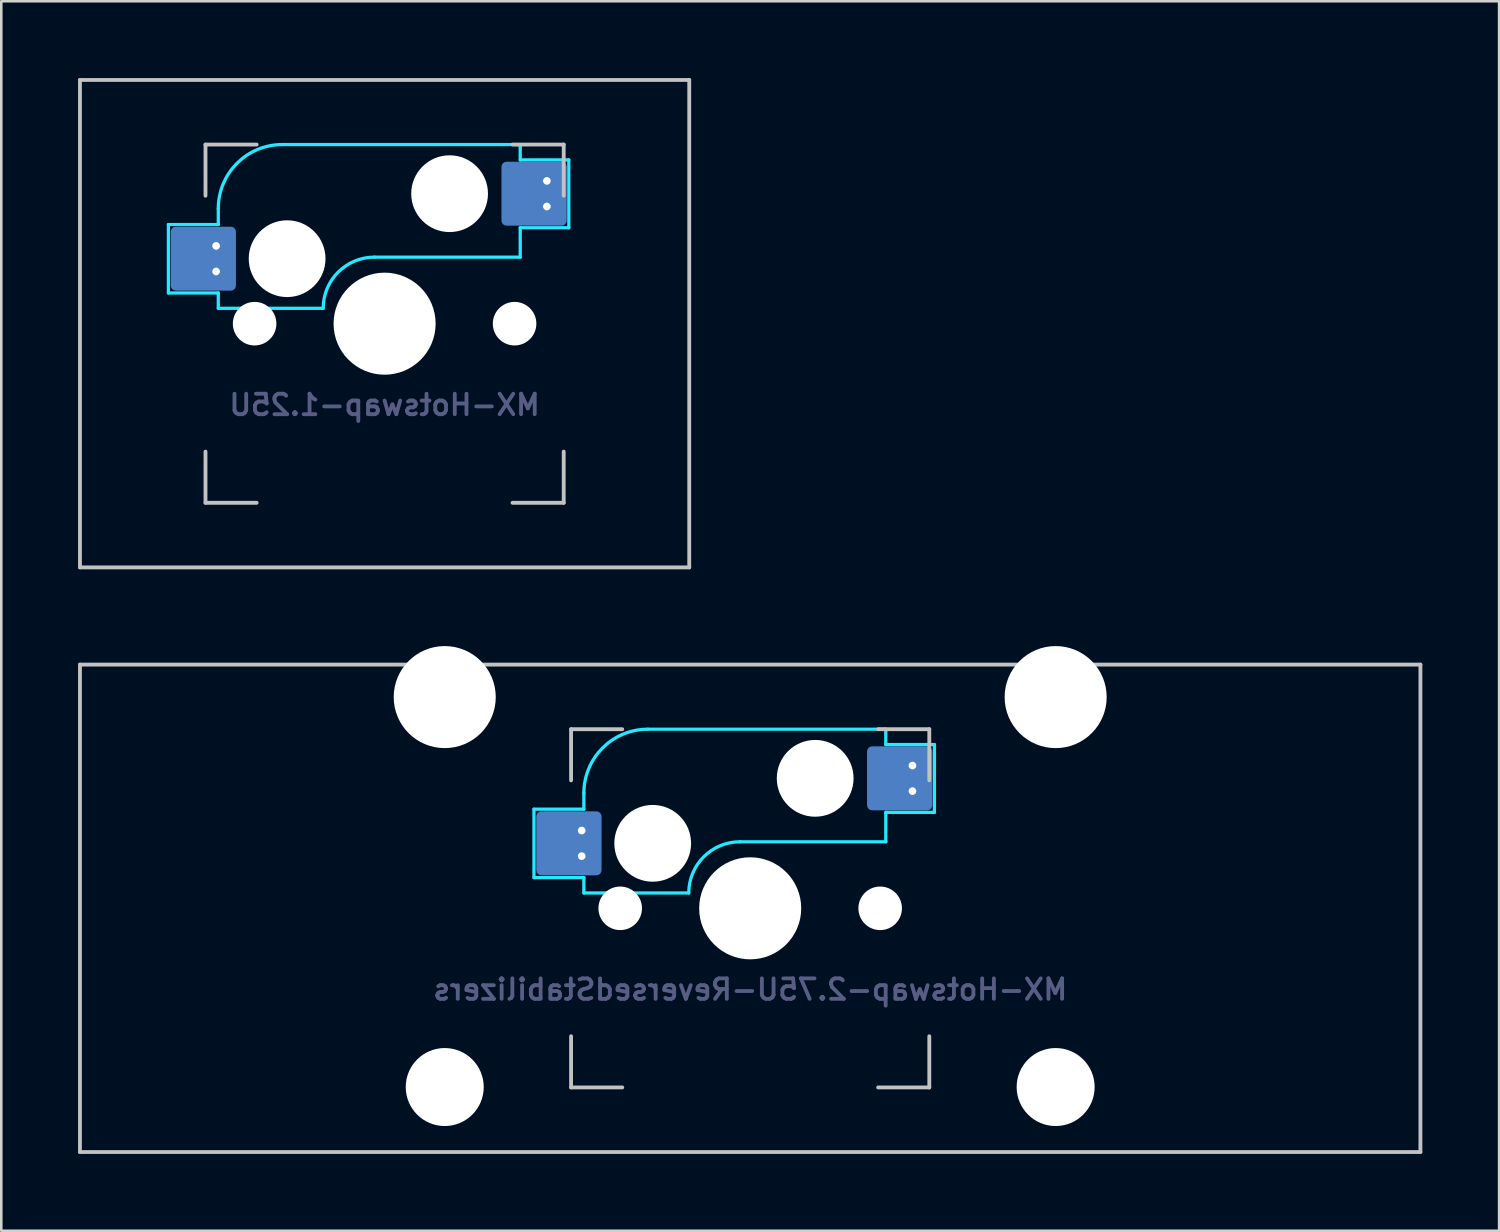
<source format=kicad_pcb>
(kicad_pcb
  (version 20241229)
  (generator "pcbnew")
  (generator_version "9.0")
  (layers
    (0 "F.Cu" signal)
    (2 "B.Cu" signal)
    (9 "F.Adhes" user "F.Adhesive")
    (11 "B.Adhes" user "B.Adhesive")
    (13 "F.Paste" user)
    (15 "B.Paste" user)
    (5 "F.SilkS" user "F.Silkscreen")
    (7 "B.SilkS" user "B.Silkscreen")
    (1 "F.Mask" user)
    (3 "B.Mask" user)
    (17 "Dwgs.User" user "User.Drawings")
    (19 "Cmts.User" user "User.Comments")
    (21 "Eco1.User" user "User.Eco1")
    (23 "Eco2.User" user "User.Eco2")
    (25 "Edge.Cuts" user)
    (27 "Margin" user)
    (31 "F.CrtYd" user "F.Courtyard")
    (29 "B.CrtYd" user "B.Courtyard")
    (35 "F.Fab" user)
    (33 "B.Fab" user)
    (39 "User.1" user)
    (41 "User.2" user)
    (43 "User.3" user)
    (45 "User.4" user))
  (footprint "MX-Hotswap-2.75U-ReversedStabilizers"
    (layer "F.Cu")
    (at 26.269 32.449)
    (property "Reference" "MX-Hotswap-2.75U-ReversedStabilizers" (at 0 3.175 0) (layer "B.Fab") (effects (font (size 0.8 0.8) (thickness 0.15)) (justify mirror)))
    (attr smd)
    (fp_line (start -26.194 9.525) (end -26.194 -9.525) (stroke (width 0.15) (type solid)) (layer "Dwgs.User"))
    (fp_line (start -7 -7) (end -7 -5) (stroke (width 0.15) (type solid)) (layer "Dwgs.User"))
    (fp_line (start -7 5) (end -7 7) (stroke (width 0.15) (type solid)) (layer "Dwgs.User"))
    (fp_line (start -7 7) (end -5 7) (stroke (width 0.15) (type solid)) (layer "Dwgs.User"))
    (fp_line (start -5 -7) (end -7 -7) (stroke (width 0.15) (type solid)) (layer "Dwgs.User"))
    (fp_line (start 5 -7) (end 7 -7) (stroke (width 0.15) (type solid)) (layer "Dwgs.User"))
    (fp_line (start 5 7) (end 7 7) (stroke (width 0.15) (type solid)) (layer "Dwgs.User"))
    (fp_line (start 7 -7) (end 7 -5) (stroke (width 0.15) (type solid)) (layer "Dwgs.User"))
    (fp_line (start 7 7) (end 7 5) (stroke (width 0.15) (type solid)) (layer "Dwgs.User"))
    (fp_line (start 26.194 -9.525) (end -26.194 -9.525) (stroke (width 0.15) (type solid)) (layer "Dwgs.User"))
    (fp_line (start 26.194 9.525) (end -26.194 9.525) (stroke (width 0.15) (type solid)) (layer "Dwgs.User"))
    (fp_line (start 26.194 9.525) (end 26.194 -9.525) (stroke (width 0.15) (type solid)) (layer "Dwgs.User"))
    (fp_line (start -8.45 -3.875) (end -8.45 -1.2) (stroke (width 0.127) (type solid)) (layer "B.CrtYd"))
    (fp_line (start -8.45 -1.2) (end -6.5 -1.2) (stroke (width 0.127) (type solid)) (layer "B.CrtYd"))
    (fp_line (start -6.5 -4.5) (end -6.5 -3.875) (stroke (width 0.127) (type solid)) (layer "B.CrtYd"))
    (fp_line (start -6.5 -3.875) (end -8.45 -3.875) (stroke (width 0.127) (type solid)) (layer "B.CrtYd"))
    (fp_line (start -6.5 -0.6) (end -6.5 -1.2) (stroke (width 0.127) (type solid)) (layer "B.CrtYd"))
    (fp_line (start -6.5 -0.6) (end -2.4 -0.6) (stroke (width 0.127) (type solid)) (layer "B.CrtYd"))
    (fp_line (start -0.4 -2.6) (end 5.3 -2.6) (stroke (width 0.127) (type solid)) (layer "B.CrtYd"))
    (fp_line (start 5.3 -7) (end -4 -7) (stroke (width 0.127) (type solid)) (layer "B.CrtYd"))
    (fp_line (start 5.3 -7) (end 5.3 -6.4) (stroke (width 0.127) (type solid)) (layer "B.CrtYd"))
    (fp_line (start 5.3 -6.4) (end 7.2 -6.4) (stroke (width 0.127) (type solid)) (layer "B.CrtYd"))
    (fp_line (start 5.3 -2.6) (end 5.3 -3.75) (stroke (width 0.127) (type solid)) (layer "B.CrtYd"))
    (fp_line (start 7.2 -6.4) (end 7.2 -3.75) (stroke (width 0.127) (type solid)) (layer "B.CrtYd"))
    (fp_line (start 7.2 -3.75) (end 5.3 -3.75) (stroke (width 0.127) (type solid)) (layer "B.CrtYd"))
    (fp_arc (start -6.5 -4.5) (mid -5.767767 -6.267767) (end -4 -7) (stroke (width 0.127) (type solid)) (layer "B.CrtYd"))
    (fp_arc (start -2.4 -0.6) (mid -1.814214 -2.014214) (end -0.4 -2.6) (stroke (width 0.127) (type solid)) (layer "B.CrtYd"))
    (pad "" np_thru_hole circle (at -11.938 -8.255) (size 3.988 3.988) (drill 3.988) (layers "*.Cu" "*.Mask"))
    (pad "" np_thru_hole circle (at -11.938 6.985) (size 3.048 3.048) (drill 3.048) (layers "*.Cu" "*.Mask"))
    (pad "" np_thru_hole circle (at -5.08 0 48.099) (size 1.702 1.702) (drill 1.702) (layers "*.Cu" "*.Mask"))
    (pad "" np_thru_hole circle (at -3.81 -2.54) (size 3 3) (drill 3) (layers "*.Cu" "*.Mask"))
    (pad "" np_thru_hole circle (at 0 0) (size 3.988 3.988) (drill 3.988) (layers "*.Cu" "*.Mask"))
    (pad "" np_thru_hole circle (at 2.54 -5.08) (size 3 3) (drill 3) (layers "*.Cu" "*.Mask"))
    (pad "" np_thru_hole circle (at 5.08 0 48.099) (size 1.702 1.702) (drill 1.702) (layers "*.Cu" "*.Mask"))
    (pad "" np_thru_hole circle (at 11.938 -8.255) (size 3.988 3.988) (drill 3.988) (layers "*.Cu" "*.Mask"))
    (pad "" np_thru_hole circle (at 11.938 6.985) (size 3.048 3.048) (drill 3.048) (layers "*.Cu" "*.Mask"))
    (pad "1" smd roundrect (at -7.085 -2.54) (size 2.55 2.5) (layers "B.Cu" "B.Mask" "B.Paste") (roundrect_rratio 0.08))
    (pad "1" thru_hole circle (at -6.585 -3.04) (size 0.6 0.6) (drill 0.3) (layers "*.Cu" "*.Mask"))
    (pad "1" thru_hole circle (at -6.585 -2.04) (size 0.6 0.6) (drill 0.3) (layers "*.Cu" "*.Mask"))
    (pad "2" smd roundrect (at 5.842 -5.08) (size 2.55 2.5) (layers "B.Cu" "B.Mask" "B.Paste") (roundrect_rratio 0.08))
    (pad "2" thru_hole circle (at 6.342 -5.58) (size 0.6 0.6) (drill 0.3) (layers "*.Cu" "*.Mask"))
    (pad "2" thru_hole circle (at 6.342 -4.58) (size 0.6 0.6) (drill 0.3) (layers "*.Cu" "*.Mask")))
  (footprint "MX-Hotswap-1.25U"
    (layer "F.Cu")
    (at 11.981 9.6)
    (property "Reference" "MX-Hotswap-1.25U" (at 0 3.175 0) (layer "B.Fab") (effects (font (size 0.8 0.8) (thickness 0.15)) (justify mirror)))
    (attr smd)
    (fp_line (start -11.906 9.525) (end -11.906 -9.525) (stroke (width 0.15) (type solid)) (layer "Dwgs.User"))
    (fp_line (start -7 -7) (end -7 -5) (stroke (width 0.15) (type solid)) (layer "Dwgs.User"))
    (fp_line (start -7 5) (end -7 7) (stroke (width 0.15) (type solid)) (layer "Dwgs.User"))
    (fp_line (start -7 7) (end -5 7) (stroke (width 0.15) (type solid)) (layer "Dwgs.User"))
    (fp_line (start -5 -7) (end -7 -7) (stroke (width 0.15) (type solid)) (layer "Dwgs.User"))
    (fp_line (start 5 -7) (end 7 -7) (stroke (width 0.15) (type solid)) (layer "Dwgs.User"))
    (fp_line (start 5 7) (end 7 7) (stroke (width 0.15) (type solid)) (layer "Dwgs.User"))
    (fp_line (start 7 -7) (end 7 -5) (stroke (width 0.15) (type solid)) (layer "Dwgs.User"))
    (fp_line (start 7 7) (end 7 5) (stroke (width 0.15) (type solid)) (layer "Dwgs.User"))
    (fp_line (start 11.906 -9.525) (end -11.906 -9.525) (stroke (width 0.15) (type solid)) (layer "Dwgs.User"))
    (fp_line (start 11.906 9.525) (end -11.906 9.525) (stroke (width 0.15) (type solid)) (layer "Dwgs.User"))
    (fp_line (start 11.906 9.525) (end 11.906 -9.525) (stroke (width 0.15) (type solid)) (layer "Dwgs.User"))
    (fp_line (start -8.45 -3.875) (end -8.45 -1.2) (stroke (width 0.127) (type solid)) (layer "B.CrtYd"))
    (fp_line (start -8.45 -1.2) (end -6.5 -1.2) (stroke (width 0.127) (type solid)) (layer "B.CrtYd"))
    (fp_line (start -6.5 -4.5) (end -6.5 -3.875) (stroke (width 0.127) (type solid)) (layer "B.CrtYd"))
    (fp_line (start -6.5 -3.875) (end -8.45 -3.875) (stroke (width 0.127) (type solid)) (layer "B.CrtYd"))
    (fp_line (start -6.5 -0.6) (end -6.5 -1.2) (stroke (width 0.127) (type solid)) (layer "B.CrtYd"))
    (fp_line (start -6.5 -0.6) (end -2.4 -0.6) (stroke (width 0.127) (type solid)) (layer "B.CrtYd"))
    (fp_line (start -0.4 -2.6) (end 5.3 -2.6) (stroke (width 0.127) (type solid)) (layer "B.CrtYd"))
    (fp_line (start 5.3 -7) (end -4 -7) (stroke (width 0.127) (type solid)) (layer "B.CrtYd"))
    (fp_line (start 5.3 -7) (end 5.3 -6.4) (stroke (width 0.127) (type solid)) (layer "B.CrtYd"))
    (fp_line (start 5.3 -6.4) (end 7.2 -6.4) (stroke (width 0.127) (type solid)) (layer "B.CrtYd"))
    (fp_line (start 5.3 -2.6) (end 5.3 -3.75) (stroke (width 0.127) (type solid)) (layer "B.CrtYd"))
    (fp_line (start 7.2 -6.4) (end 7.2 -3.75) (stroke (width 0.127) (type solid)) (layer "B.CrtYd"))
    (fp_line (start 7.2 -3.75) (end 5.3 -3.75) (stroke (width 0.127) (type solid)) (layer "B.CrtYd"))
    (fp_arc (start -6.5 -4.5) (mid -5.767767 -6.267767) (end -4 -7) (stroke (width 0.127) (type solid)) (layer "B.CrtYd"))
    (fp_arc (start -2.4 -0.6) (mid -1.814214 -2.014214) (end -0.4 -2.6) (stroke (width 0.127) (type solid)) (layer "B.CrtYd"))
    (pad "" np_thru_hole circle (at -5.08 0 48.099) (size 1.702 1.702) (drill 1.702) (layers "*.Cu" "*.Mask"))
    (pad "" np_thru_hole circle (at -3.81 -2.54) (size 3 3) (drill 3) (layers "*.Cu" "*.Mask"))
    (pad "" np_thru_hole circle (at 0 0) (size 3.988 3.988) (drill 3.988) (layers "*.Cu" "*.Mask"))
    (pad "" np_thru_hole circle (at 2.54 -5.08) (size 3 3) (drill 3) (layers "*.Cu" "*.Mask"))
    (pad "" np_thru_hole circle (at 5.08 0 48.099) (size 1.702 1.702) (drill 1.702) (layers "*.Cu" "*.Mask"))
    (pad "1" smd roundrect (at -7.085 -2.54) (size 2.55 2.5) (layers "B.Cu" "B.Mask" "B.Paste") (roundrect_rratio 0.08))
    (pad "1" thru_hole circle (at -6.585 -3.04) (size 0.6 0.6) (drill 0.3) (layers "*.Cu" "*.Mask"))
    (pad "1" thru_hole circle (at -6.585 -2.04) (size 0.6 0.6) (drill 0.3) (layers "*.Cu" "*.Mask"))
    (pad "2" smd roundrect (at 5.842 -5.08) (size 2.55 2.5) (layers "B.Cu" "B.Mask" "B.Paste") (roundrect_rratio 0.08))
    (pad "2" thru_hole circle (at 6.342 -5.58) (size 0.6 0.6) (drill 0.3) (layers "*.Cu" "*.Mask"))
    (pad "2" thru_hole circle (at 6.342 -4.58) (size 0.6 0.6) (drill 0.3) (layers "*.Cu" "*.Mask")))
  (gr_rect
    (start -3 -3)
    (end 55.538 45.049)
    (stroke (width 0.1) (type default))
    (fill no)
    (layer "Edge.Cuts")))
</source>
